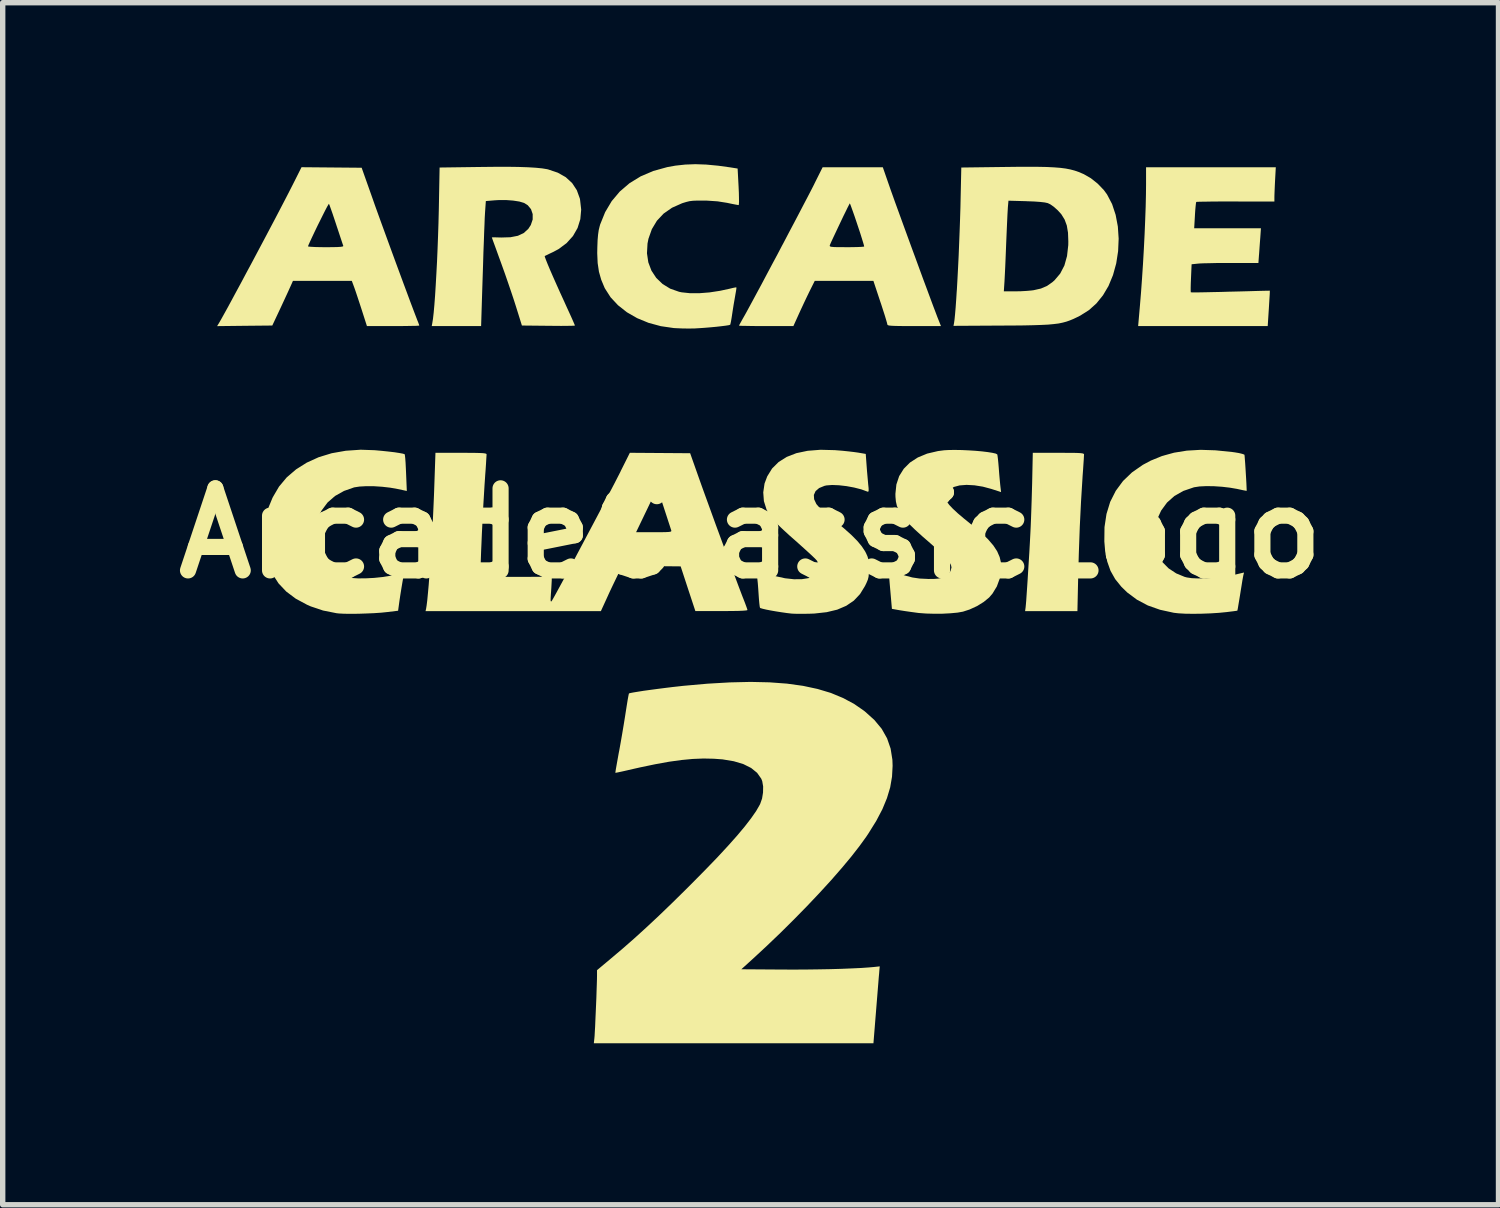
<source format=kicad_pcb>
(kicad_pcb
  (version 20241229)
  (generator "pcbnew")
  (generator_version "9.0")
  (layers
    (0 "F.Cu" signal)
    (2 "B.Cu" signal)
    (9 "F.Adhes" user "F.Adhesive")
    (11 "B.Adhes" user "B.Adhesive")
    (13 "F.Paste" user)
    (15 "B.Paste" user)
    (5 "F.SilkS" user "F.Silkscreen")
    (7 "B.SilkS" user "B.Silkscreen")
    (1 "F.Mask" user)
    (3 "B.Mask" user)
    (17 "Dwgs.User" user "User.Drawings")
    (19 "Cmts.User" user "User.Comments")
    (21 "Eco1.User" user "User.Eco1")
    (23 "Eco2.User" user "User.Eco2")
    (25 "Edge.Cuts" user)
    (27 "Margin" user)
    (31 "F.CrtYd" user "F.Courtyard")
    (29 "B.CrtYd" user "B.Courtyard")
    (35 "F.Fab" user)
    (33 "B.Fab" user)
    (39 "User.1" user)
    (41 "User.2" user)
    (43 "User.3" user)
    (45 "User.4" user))
  (footprint "ArcadeClassicLogo"
    (layer "F.Cu")
    (at 10.893 6.856)
    (property "Reference" "ArcadeClassicLogo" (at 0 0 0) (layer "F.SilkS") (effects (font (size 1.524 1.524) (thickness 0.3))))
    (attr board_only exclude_from_pos_files exclude_from_bom)
    (fp_poly (pts (xy 5.868 -1.494) (xy 5.982 -1.494) (xy 6.067 -1.492) (xy 6.126 -1.489) (xy 6.164 -1.484) (xy 6.184 -1.478) (xy 6.193 -1.469) (xy 6.194 -1.463) (xy 6.192 -1.435) (xy 6.189 -1.374) (xy 6.183 -1.287) (xy 6.176 -1.18) (xy 6.167 -1.059) (xy 6.165 -1.024) (xy 6.138 -0.589) (xy 6.115 -0.123) (xy 6.097 0.376) (xy 6.084 0.855) (xy 6.071 1.446) (xy 5.099 1.446) (xy 5.109 1.373) (xy 5.113 1.33) (xy 5.12 1.252) (xy 5.127 1.146) (xy 5.136 1.016) (xy 5.146 0.866) (xy 5.156 0.702) (xy 5.167 0.528) (xy 5.178 0.35) (xy 5.188 0.173) (xy 5.197 0.001) (xy 5.197 0) (xy 5.203 -0.121) (xy 5.209 -0.271) (xy 5.215 -0.439) (xy 5.221 -0.617) (xy 5.226 -0.794) (xy 5.23 -0.928) (xy 5.242 -1.495) (xy 5.718 -1.495)) (stroke (width 0) (type solid)) (fill yes) (layer "F.SilkS"))
    (fp_poly (pts (xy 9.743 -6.562) (xy 9.738 -6.461) (xy 9.734 -6.366) (xy 9.731 -6.288) (xy 9.73 -6.243) (xy 9.73 -6.162) (xy 9.009 -6.163) (xy 8.845 -6.163) (xy 8.693 -6.163) (xy 8.559 -6.162) (xy 8.446 -6.16) (xy 8.358 -6.159) (xy 8.301 -6.157) (xy 8.278 -6.155) (xy 8.278 -6.154) (xy 8.273 -6.132) (xy 8.267 -6.079) (xy 8.26 -6.002) (xy 8.254 -5.91) (xy 8.254 -5.905) (xy 8.24 -5.666) (xy 9.48 -5.666) (xy 9.468 -5.495) (xy 9.46 -5.391) (xy 9.452 -5.279) (xy 9.445 -5.18) (xy 9.444 -5.173) (xy 9.433 -5.021) (xy 8.93 -5.021) (xy 8.786 -5.021) (xy 8.649 -5.02) (xy 8.525 -5.017) (xy 8.421 -5.015) (xy 8.345 -5.012) (xy 8.31 -5.009) (xy 8.192 -4.997) (xy 8.181 -4.741) (xy 8.177 -4.645) (xy 8.175 -4.564) (xy 8.175 -4.506) (xy 8.177 -4.478) (xy 8.178 -4.476) (xy 8.199 -4.475) (xy 8.254 -4.475) (xy 8.34 -4.475) (xy 8.452 -4.477) (xy 8.586 -4.48) (xy 8.736 -4.483) (xy 8.9 -4.488) (xy 8.914 -4.488) (xy 9.079 -4.492) (xy 9.23 -4.496) (xy 9.365 -4.5) (xy 9.478 -4.503) (xy 9.565 -4.505) (xy 9.622 -4.506) (xy 9.645 -4.506) (xy 9.645 -4.506) (xy 9.645 -4.487) (xy 9.643 -4.435) (xy 9.638 -4.357) (xy 9.632 -4.259) (xy 9.627 -4.176) (xy 9.606 -3.849) (xy 7.199 -3.849) (xy 7.232 -4.225) (xy 7.252 -4.467) (xy 7.271 -4.729) (xy 7.289 -5.002) (xy 7.305 -5.28) (xy 7.319 -5.556) (xy 7.33 -5.821) (xy 7.339 -6.07) (xy 7.344 -6.294) (xy 7.346 -6.482) (xy 7.346 -6.799) (xy 9.756 -6.799)) (stroke (width 0) (type solid)) (fill yes) (layer "F.SilkS"))
    (fp_poly (pts (xy -6.983 -1.543) (xy -6.85 -1.531) (xy -6.726 -1.518) (xy -6.615 -1.505) (xy -6.525 -1.491) (xy -6.46 -1.479) (xy -6.427 -1.469) (xy -6.426 -1.468) (xy -6.421 -1.445) (xy -6.415 -1.39) (xy -6.409 -1.309) (xy -6.404 -1.209) (xy -6.4 -1.121) (xy -6.386 -0.786) (xy -6.559 -0.823) (xy -6.695 -0.847) (xy -6.843 -0.864) (xy -6.994 -0.874) (xy -7.138 -0.875) (xy -7.264 -0.868) (xy -7.362 -0.853) (xy -7.366 -0.852) (xy -7.554 -0.786) (xy -7.719 -0.693) (xy -7.857 -0.573) (xy -7.965 -0.429) (xy -8.001 -0.364) (xy -8.068 -0.189) (xy -8.101 -0.015) (xy -8.099 0.152) (xy -8.066 0.31) (xy -8.003 0.455) (xy -7.91 0.583) (xy -7.79 0.689) (xy -7.645 0.771) (xy -7.519 0.813) (xy -7.42 0.83) (xy -7.293 0.838) (xy -7.148 0.837) (xy -6.993 0.829) (xy -6.839 0.813) (xy -6.696 0.79) (xy -6.633 0.777) (xy -6.436 0.731) (xy -6.469 0.917) (xy -6.487 1.025) (xy -6.506 1.143) (xy -6.522 1.25) (xy -6.525 1.271) (xy -6.548 1.439) (xy -6.747 1.463) (xy -6.861 1.475) (xy -6.994 1.484) (xy -7.138 1.49) (xy -7.284 1.495) (xy -7.423 1.496) (xy -7.546 1.495) (xy -7.645 1.49) (xy -7.691 1.485) (xy -7.942 1.435) (xy -8.171 1.358) (xy -8.239 1.328) (xy -8.449 1.215) (xy -8.625 1.083) (xy -8.768 0.932) (xy -8.879 0.761) (xy -8.959 0.567) (xy -9.009 0.35) (xy -9.03 0.107) (xy -9.03 0.039) (xy -9.022 -0.155) (xy -8.996 -0.327) (xy -8.951 -0.489) (xy -8.882 -0.656) (xy -8.873 -0.674) (xy -8.76 -0.867) (xy -8.616 -1.039) (xy -8.443 -1.187) (xy -8.245 -1.312) (xy -8.023 -1.413) (xy -7.781 -1.487) (xy -7.52 -1.533) (xy -7.244 -1.552)) (stroke (width 0) (type solid)) (fill yes) (layer "F.SilkS"))
    (fp_poly (pts (xy -0.825 -6.849) (xy -0.603 -6.828) (xy -0.379 -6.797) (xy -0.241 -6.775) (xy -0.223 -6.436) (xy -0.218 -6.325) (xy -0.216 -6.23) (xy -0.215 -6.156) (xy -0.218 -6.109) (xy -0.222 -6.096) (xy -0.247 -6.1) (xy -0.301 -6.11) (xy -0.376 -6.125) (xy -0.437 -6.138) (xy -0.614 -6.166) (xy -0.806 -6.179) (xy -0.879 -6.18) (xy -0.988 -6.18) (xy -1.069 -6.177) (xy -1.135 -6.169) (xy -1.196 -6.154) (xy -1.265 -6.133) (xy -1.278 -6.128) (xy -1.46 -6.047) (xy -1.615 -5.939) (xy -1.74 -5.806) (xy -1.834 -5.65) (xy -1.897 -5.472) (xy -1.915 -5.382) (xy -1.925 -5.201) (xy -1.9 -5.033) (xy -1.842 -4.879) (xy -1.753 -4.744) (xy -1.636 -4.631) (xy -1.494 -4.544) (xy -1.329 -4.486) (xy -1.281 -4.476) (xy -1.131 -4.46) (xy -0.956 -4.459) (xy -0.765 -4.474) (xy -0.568 -4.504) (xy -0.388 -4.543) (xy -0.326 -4.558) (xy -0.28 -4.567) (xy -0.264 -4.568) (xy -0.264 -4.548) (xy -0.271 -4.499) (xy -0.283 -4.432) (xy -0.284 -4.425) (xy -0.298 -4.344) (xy -0.316 -4.241) (xy -0.333 -4.133) (xy -0.34 -4.086) (xy -0.353 -4.001) (xy -0.365 -3.932) (xy -0.375 -3.887) (xy -0.379 -3.874) (xy -0.403 -3.866) (xy -0.459 -3.857) (xy -0.539 -3.847) (xy -0.636 -3.836) (xy -0.742 -3.826) (xy -0.85 -3.817) (xy -0.952 -3.81) (xy -1.036 -3.805) (xy -1.149 -3.803) (xy -1.274 -3.805) (xy -1.39 -3.81) (xy -1.426 -3.812) (xy -1.667 -3.847) (xy -1.896 -3.909) (xy -2.107 -3.996) (xy -2.297 -4.105) (xy -2.463 -4.236) (xy -2.601 -4.384) (xy -2.706 -4.548) (xy -2.714 -4.564) (xy -2.775 -4.71) (xy -2.817 -4.858) (xy -2.841 -5.02) (xy -2.849 -5.203) (xy -2.847 -5.314) (xy -2.842 -5.447) (xy -2.833 -5.549) (xy -2.821 -5.633) (xy -2.803 -5.706) (xy -2.795 -5.735) (xy -2.702 -5.965) (xy -2.58 -6.17) (xy -2.429 -6.349) (xy -2.249 -6.503) (xy -2.042 -6.63) (xy -1.808 -6.73) (xy -1.547 -6.802) (xy -1.397 -6.829) (xy -1.214 -6.849) (xy -1.025 -6.856)) (stroke (width 0) (type solid)) (fill yes) (layer "F.SilkS"))
    (fp_poly (pts (xy 8.637 -1.541) (xy 8.943 -1.51) (xy 8.994 -1.503) (xy 9.072 -1.49) (xy 9.133 -1.475) (xy 9.169 -1.462) (xy 9.174 -1.457) (xy 9.177 -1.433) (xy 9.181 -1.379) (xy 9.187 -1.302) (xy 9.193 -1.21) (xy 9.199 -1.112) (xy 9.205 -1.014) (xy 9.21 -0.925) (xy 9.213 -0.853) (xy 9.215 -0.804) (xy 9.215 -0.788) (xy 9.196 -0.791) (xy 9.148 -0.8) (xy 9.078 -0.815) (xy 9.037 -0.824) (xy 8.904 -0.847) (xy 8.758 -0.864) (xy 8.609 -0.874) (xy 8.466 -0.876) (xy 8.34 -0.87) (xy 8.241 -0.855) (xy 8.23 -0.852) (xy 8.037 -0.786) (xy 7.872 -0.692) (xy 7.735 -0.57) (xy 7.626 -0.421) (xy 7.546 -0.246) (xy 7.541 -0.232) (xy 7.515 -0.122) (xy 7.504 0.006) (xy 7.505 0.138) (xy 7.52 0.263) (xy 7.548 0.368) (xy 7.56 0.396) (xy 7.648 0.534) (xy 7.765 0.652) (xy 7.906 0.745) (xy 8.063 0.81) (xy 8.106 0.821) (xy 8.195 0.834) (xy 8.313 0.839) (xy 8.449 0.837) (xy 8.596 0.828) (xy 8.742 0.814) (xy 8.878 0.794) (xy 8.965 0.776) (xy 9.166 0.729) (xy 9.154 0.777) (xy 9.147 0.812) (xy 9.135 0.878) (xy 9.121 0.967) (xy 9.104 1.071) (xy 9.095 1.128) (xy 9.078 1.232) (xy 9.063 1.321) (xy 9.052 1.389) (xy 9.044 1.429) (xy 9.042 1.437) (xy 9.021 1.441) (xy 8.971 1.448) (xy 8.898 1.457) (xy 8.841 1.464) (xy 8.699 1.478) (xy 8.542 1.488) (xy 8.38 1.494) (xy 8.221 1.496) (xy 8.074 1.494) (xy 7.95 1.487) (xy 7.862 1.477) (xy 7.606 1.421) (xy 7.379 1.341) (xy 7.177 1.234) (xy 6.997 1.1) (xy 6.887 0.993) (xy 6.773 0.852) (xy 6.686 0.698) (xy 6.625 0.526) (xy 6.586 0.331) (xy 6.571 0.151) (xy 6.574 -0.114) (xy 6.611 -0.359) (xy 6.68 -0.584) (xy 6.783 -0.788) (xy 6.918 -0.971) (xy 7.085 -1.131) (xy 7.284 -1.27) (xy 7.434 -1.35) (xy 7.645 -1.436) (xy 7.867 -1.497) (xy 8.103 -1.535) (xy 8.359 -1.55)) (stroke (width 0) (type solid)) (fill yes) (layer "F.SilkS"))
    (fp_poly (pts (xy -7.784 -6.795) (xy -7.225 -6.79) (xy -7.024 -6.223) (xy -6.981 -6.1) (xy -6.928 -5.953) (xy -6.868 -5.787) (xy -6.802 -5.606) (xy -6.732 -5.414) (xy -6.66 -5.217) (xy -6.587 -5.018) (xy -6.515 -4.823) (xy -6.446 -4.636) (xy -6.381 -4.462) (xy -6.323 -4.305) (xy -6.272 -4.17) (xy -6.231 -4.062) (xy -6.201 -3.984) (xy -6.196 -3.97) (xy -6.173 -3.913) (xy -6.158 -3.872) (xy -6.155 -3.858) (xy -6.173 -3.856) (xy -6.226 -3.853) (xy -6.307 -3.852) (xy -6.411 -3.85) (xy -6.534 -3.849) (xy -6.641 -3.849) (xy -7.127 -3.849) (xy -7.229 -4.167) (xy -7.266 -4.28) (xy -7.302 -4.389) (xy -7.334 -4.485) (xy -7.359 -4.557) (xy -7.37 -4.587) (xy -7.408 -4.689) (xy -8.501 -4.689) (xy -8.538 -4.606) (xy -8.558 -4.562) (xy -8.591 -4.489) (xy -8.634 -4.396) (xy -8.683 -4.29) (xy -8.729 -4.191) (xy -8.885 -3.859) (xy -9.397 -3.854) (xy -9.91 -3.848) (xy -9.871 -3.912) (xy -9.837 -3.971) (xy -9.787 -4.061) (xy -9.722 -4.178) (xy -9.646 -4.318) (xy -9.56 -4.478) (xy -9.465 -4.653) (xy -9.365 -4.841) (xy -9.26 -5.036) (xy -9.154 -5.236) (xy -9.104 -5.33) (xy -8.222 -5.33) (xy -8.206 -5.325) (xy -8.157 -5.321) (xy -8.081 -5.317) (xy -7.984 -5.315) (xy -7.893 -5.314) (xy -7.766 -5.315) (xy -7.674 -5.317) (xy -7.613 -5.321) (xy -7.578 -5.327) (xy -7.566 -5.335) (xy -7.566 -5.339) (xy -7.575 -5.364) (xy -7.594 -5.421) (xy -7.621 -5.502) (xy -7.654 -5.602) (xy -7.692 -5.716) (xy -7.698 -5.735) (xy -7.736 -5.849) (xy -7.77 -5.95) (xy -7.799 -6.032) (xy -7.82 -6.091) (xy -7.832 -6.119) (xy -7.833 -6.12) (xy -7.843 -6.106) (xy -7.868 -6.063) (xy -7.903 -5.996) (xy -7.946 -5.911) (xy -7.994 -5.814) (xy -8.045 -5.712) (xy -8.095 -5.608) (xy -8.141 -5.511) (xy -8.181 -5.425) (xy -8.212 -5.356) (xy -8.222 -5.33) (xy -9.104 -5.33) (xy -9.047 -5.437) (xy -8.943 -5.634) (xy -8.842 -5.825) (xy -8.748 -6.005) (xy -8.662 -6.17) (xy -8.586 -6.317) (xy -8.522 -6.442) (xy -8.482 -6.521) (xy -8.342 -6.8)) (stroke (width 0) (type solid)) (fill yes) (layer "F.SilkS"))
    (fp_poly (pts (xy 5.344 -6.807) (xy 5.503 -6.804) (xy 5.639 -6.797) (xy 5.754 -6.788) (xy 5.854 -6.775) (xy 5.941 -6.758) (xy 6.02 -6.737) (xy 6.095 -6.711) (xy 6.168 -6.68) (xy 6.189 -6.671) (xy 6.321 -6.595) (xy 6.449 -6.493) (xy 6.562 -6.375) (xy 6.622 -6.293) (xy 6.715 -6.115) (xy 6.781 -5.915) (xy 6.822 -5.698) (xy 6.837 -5.472) (xy 6.827 -5.241) (xy 6.792 -5.014) (xy 6.732 -4.796) (xy 6.648 -4.593) (xy 6.546 -4.421) (xy 6.424 -4.27) (xy 6.286 -4.146) (xy 6.123 -4.043) (xy 6.067 -4.015) (xy 5.998 -3.982) (xy 5.933 -3.955) (xy 5.868 -3.932) (xy 5.798 -3.913) (xy 5.721 -3.897) (xy 5.631 -3.886) (xy 5.526 -3.876) (xy 5.4 -3.87) (xy 5.251 -3.865) (xy 5.075 -3.861) (xy 4.866 -3.859) (xy 4.644 -3.858) (xy 3.769 -3.853) (xy 3.779 -3.905) (xy 3.788 -3.968) (xy 3.798 -4.067) (xy 3.809 -4.196) (xy 3.82 -4.352) (xy 3.829 -4.494) (xy 4.704 -4.494) (xy 4.916 -4.494) (xy 5.021 -4.496) (xy 5.126 -4.502) (xy 5.217 -4.51) (xy 5.256 -4.515) (xy 5.393 -4.546) (xy 5.507 -4.595) (xy 5.61 -4.668) (xy 5.646 -4.7) (xy 5.751 -4.824) (xy 5.829 -4.974) (xy 5.878 -5.15) (xy 5.901 -5.353) (xy 5.902 -5.422) (xy 5.896 -5.584) (xy 5.874 -5.717) (xy 5.833 -5.828) (xy 5.772 -5.926) (xy 5.708 -5.997) (xy 5.637 -6.061) (xy 5.568 -6.11) (xy 5.52 -6.133) (xy 5.466 -6.145) (xy 5.38 -6.155) (xy 5.267 -6.163) (xy 5.133 -6.168) (xy 5.116 -6.169) (xy 4.79 -6.178) (xy 4.779 -6.054) (xy 4.776 -6.001) (xy 4.771 -5.916) (xy 4.766 -5.805) (xy 4.76 -5.674) (xy 4.754 -5.532) (xy 4.748 -5.393) (xy 4.742 -5.24) (xy 4.736 -5.091) (xy 4.73 -4.951) (xy 4.724 -4.829) (xy 4.719 -4.732) (xy 4.716 -4.675) (xy 4.704 -4.494) (xy 3.829 -4.494) (xy 3.832 -4.53) (xy 3.843 -4.727) (xy 3.854 -4.937) (xy 3.865 -5.158) (xy 3.874 -5.385) (xy 3.883 -5.613) (xy 3.891 -5.839) (xy 3.898 -6.059) (xy 3.901 -6.205) (xy 3.914 -6.794) (xy 4.686 -6.804) (xy 4.939 -6.807) (xy 5.157 -6.808)) (stroke (width 0) (type solid)) (fill yes) (layer "F.SilkS"))
    (fp_poly (pts (xy -4.314 -6.805) (xy -4.136 -6.799) (xy -3.989 -6.79) (xy -3.87 -6.778) (xy -3.779 -6.763) (xy -3.759 -6.758) (xy -3.581 -6.698) (xy -3.433 -6.614) (xy -3.315 -6.505) (xy -3.228 -6.373) (xy -3.172 -6.218) (xy -3.168 -6.198) (xy -3.147 -6.012) (xy -3.163 -5.835) (xy -3.214 -5.671) (xy -3.3 -5.521) (xy -3.418 -5.39) (xy -3.567 -5.279) (xy -3.664 -5.227) (xy -3.734 -5.194) (xy -3.789 -5.167) (xy -3.82 -5.152) (xy -3.825 -5.149) (xy -3.82 -5.129) (xy -3.801 -5.077) (xy -3.769 -4.997) (xy -3.725 -4.892) (xy -3.67 -4.766) (xy -3.607 -4.624) (xy -3.537 -4.468) (xy -3.471 -4.324) (xy -3.415 -4.2) (xy -3.364 -4.089) (xy -3.321 -3.994) (xy -3.289 -3.921) (xy -3.269 -3.874) (xy -3.263 -3.859) (xy -3.282 -3.856) (xy -3.334 -3.854) (xy -3.415 -3.853) (xy -3.52 -3.852) (xy -3.643 -3.853) (xy -3.755 -3.854) (xy -4.248 -3.859) (xy -4.358 -4.211) (xy -4.398 -4.336) (xy -4.448 -4.486) (xy -4.504 -4.65) (xy -4.562 -4.818) (xy -4.619 -4.977) (xy -4.637 -5.027) (xy -4.683 -5.153) (xy -4.724 -5.267) (xy -4.759 -5.363) (xy -4.786 -5.436) (xy -4.802 -5.482) (xy -4.807 -5.496) (xy -4.788 -5.497) (xy -4.74 -5.497) (xy -4.67 -5.495) (xy -4.631 -5.494) (xy -4.462 -5.499) (xy -4.323 -5.526) (xy -4.213 -5.578) (xy -4.129 -5.655) (xy -4.083 -5.726) (xy -4.048 -5.829) (xy -4.048 -5.929) (xy -4.079 -6.02) (xy -4.139 -6.093) (xy -4.206 -6.135) (xy -4.294 -6.162) (xy -4.41 -6.18) (xy -4.544 -6.19) (xy -4.685 -6.189) (xy -4.755 -6.185) (xy -4.918 -6.171) (xy -4.93 -6.002) (xy -4.934 -5.941) (xy -4.939 -5.854) (xy -4.943 -5.74) (xy -4.949 -5.598) (xy -4.955 -5.424) (xy -4.963 -5.219) (xy -4.97 -4.98) (xy -4.979 -4.706) (xy -4.989 -4.395) (xy -4.994 -4.235) (xy -5.006 -3.849) (xy -5.923 -3.849) (xy -5.913 -3.903) (xy -5.9 -3.983) (xy -5.887 -4.098) (xy -5.874 -4.243) (xy -5.861 -4.415) (xy -5.849 -4.608) (xy -5.837 -4.82) (xy -5.825 -5.045) (xy -5.815 -5.28) (xy -5.806 -5.52) (xy -5.798 -5.76) (xy -5.792 -5.997) (xy -5.79 -6.098) (xy -5.777 -6.794) (xy -5.052 -6.804) (xy -4.77 -6.807) (xy -4.524 -6.808)) (stroke (width 0) (type solid)) (fill yes) (layer "F.SilkS"))
    (fp_poly (pts (xy 2.604 -6.373) (xy 2.636 -6.284) (xy 2.678 -6.166) (xy 2.73 -6.023) (xy 2.789 -5.861) (xy 2.854 -5.682) (xy 2.923 -5.493) (xy 2.995 -5.296) (xy 3.068 -5.098) (xy 3.14 -4.901) (xy 3.21 -4.71) (xy 3.277 -4.531) (xy 3.338 -4.366) (xy 3.392 -4.221) (xy 3.438 -4.1) (xy 3.473 -4.007) (xy 3.495 -3.952) (xy 3.536 -3.849) (xy 3.038 -3.849) (xy 2.885 -3.849) (xy 2.766 -3.85) (xy 2.678 -3.852) (xy 2.615 -3.855) (xy 2.575 -3.859) (xy 2.552 -3.865) (xy 2.542 -3.873) (xy 2.54 -3.88) (xy 2.534 -3.907) (xy 2.517 -3.966) (xy 2.492 -4.049) (xy 2.459 -4.151) (xy 2.422 -4.266) (xy 2.41 -4.3) (xy 2.281 -4.689) (xy 1.192 -4.689) (xy 1.097 -4.499) (xy 1.049 -4.4) (xy 0.993 -4.282) (xy 0.937 -4.162) (xy 0.899 -4.079) (xy 0.795 -3.849) (xy 0.29 -3.849) (xy 0.154 -3.849) (xy 0.032 -3.85) (xy -0.071 -3.852) (xy -0.15 -3.853) (xy -0.199 -3.855) (xy -0.215 -3.857) (xy -0.206 -3.877) (xy -0.181 -3.922) (xy -0.145 -3.987) (xy -0.11 -4.048) (xy -0.075 -4.111) (xy -0.024 -4.205) (xy 0.041 -4.325) (xy 0.118 -4.468) (xy 0.205 -4.629) (xy 0.298 -4.805) (xy 0.397 -4.991) (xy 0.5 -5.183) (xy 0.58 -5.336) (xy 1.47 -5.336) (xy 1.479 -5.327) (xy 1.503 -5.321) (xy 1.548 -5.317) (xy 1.618 -5.315) (xy 1.72 -5.315) (xy 1.785 -5.314) (xy 1.893 -5.315) (xy 1.986 -5.317) (xy 2.057 -5.32) (xy 2.1 -5.324) (xy 2.11 -5.327) (xy 2.104 -5.354) (xy 2.088 -5.409) (xy 2.064 -5.486) (xy 2.035 -5.579) (xy 2.001 -5.681) (xy 1.966 -5.786) (xy 1.932 -5.887) (xy 1.9 -5.978) (xy 1.873 -6.053) (xy 1.854 -6.105) (xy 1.843 -6.127) (xy 1.842 -6.128) (xy 1.831 -6.107) (xy 1.805 -6.057) (xy 1.77 -5.985) (xy 1.726 -5.896) (xy 1.679 -5.797) (xy 1.63 -5.694) (xy 1.583 -5.594) (xy 1.54 -5.503) (xy 1.505 -5.428) (xy 1.481 -5.374) (xy 1.471 -5.349) (xy 1.47 -5.336) (xy 0.58 -5.336) (xy 0.603 -5.378) (xy 0.704 -5.571) (xy 0.803 -5.758) (xy 0.896 -5.935) (xy 0.981 -6.098) (xy 1.057 -6.243) (xy 1.121 -6.366) (xy 1.171 -6.464) (xy 1.194 -6.511) (xy 1.338 -6.799) (xy 2.456 -6.799)) (stroke (width 0) (type solid)) (fill yes) (layer "F.SilkS"))
    (fp_poly (pts (xy 3.922 -1.546) (xy 4.051 -1.54) (xy 4.178 -1.532) (xy 4.299 -1.521) (xy 4.406 -1.508) (xy 4.493 -1.494) (xy 4.554 -1.48) (xy 4.582 -1.465) (xy 4.582 -1.465) (xy 4.587 -1.44) (xy 4.594 -1.385) (xy 4.602 -1.306) (xy 4.61 -1.212) (xy 4.611 -1.198) (xy 4.619 -1.094) (xy 4.628 -0.994) (xy 4.636 -0.911) (xy 4.642 -0.856) (xy 4.653 -0.765) (xy 4.471 -0.824) (xy 4.314 -0.866) (xy 4.159 -0.891) (xy 4.012 -0.899) (xy 3.882 -0.889) (xy 3.778 -0.861) (xy 3.777 -0.86) (xy 3.687 -0.809) (xy 3.632 -0.749) (xy 3.615 -0.684) (xy 3.622 -0.638) (xy 3.646 -0.586) (xy 3.69 -0.527) (xy 3.756 -0.457) (xy 3.846 -0.373) (xy 3.963 -0.274) (xy 4.11 -0.155) (xy 4.119 -0.147) (xy 4.281 -0.013) (xy 4.409 0.11) (xy 4.508 0.225) (xy 4.58 0.334) (xy 4.627 0.443) (xy 4.65 0.539) (xy 4.656 0.686) (xy 4.629 0.839) (xy 4.574 0.988) (xy 4.493 1.121) (xy 4.431 1.193) (xy 4.33 1.276) (xy 4.205 1.353) (xy 4.068 1.416) (xy 3.945 1.456) (xy 3.844 1.474) (xy 3.715 1.486) (xy 3.568 1.494) (xy 3.414 1.495) (xy 3.263 1.491) (xy 3.126 1.481) (xy 3.087 1.476) (xy 2.984 1.462) (xy 2.879 1.447) (xy 2.789 1.433) (xy 2.754 1.427) (xy 2.625 1.404) (xy 2.594 1.049) (xy 2.584 0.936) (xy 2.576 0.837) (xy 2.571 0.758) (xy 2.569 0.706) (xy 2.569 0.687) (xy 2.59 0.69) (xy 2.637 0.704) (xy 2.701 0.727) (xy 2.71 0.73) (xy 2.867 0.785) (xy 3.005 0.821) (xy 3.14 0.841) (xy 3.286 0.848) (xy 3.302 0.849) (xy 3.407 0.848) (xy 3.483 0.842) (xy 3.542 0.831) (xy 3.592 0.812) (xy 3.592 0.812) (xy 3.665 0.764) (xy 3.714 0.702) (xy 3.732 0.634) (xy 3.722 0.589) (xy 3.692 0.534) (xy 3.64 0.468) (xy 3.562 0.387) (xy 3.456 0.289) (xy 3.348 0.194) (xy 3.185 0.052) (xy 3.051 -0.07) (xy 2.943 -0.175) (xy 2.858 -0.269) (xy 2.794 -0.353) (xy 2.748 -0.433) (xy 2.717 -0.511) (xy 2.699 -0.591) (xy 2.691 -0.678) (xy 2.69 -0.733) (xy 2.708 -0.906) (xy 2.76 -1.062) (xy 2.845 -1.198) (xy 2.961 -1.314) (xy 3.106 -1.408) (xy 3.28 -1.48) (xy 3.481 -1.527) (xy 3.596 -1.542) (xy 3.689 -1.547) (xy 3.799 -1.548)) (stroke (width 0) (type solid)) (fill yes) (layer "F.SilkS"))
    (fp_poly (pts (xy 1.567 -1.544) (xy 1.591 -1.542) (xy 1.704 -1.533) (xy 1.819 -1.521) (xy 1.921 -1.509) (xy 1.993 -1.499) (xy 2.139 -1.474) (xy 2.154 -1.269) (xy 2.162 -1.162) (xy 2.172 -1.049) (xy 2.181 -0.948) (xy 2.184 -0.913) (xy 2.192 -0.837) (xy 2.193 -0.793) (xy 2.187 -0.773) (xy 2.175 -0.772) (xy 2.17 -0.774) (xy 2.055 -0.816) (xy 1.922 -0.85) (xy 1.78 -0.876) (xy 1.641 -0.892) (xy 1.514 -0.897) (xy 1.409 -0.889) (xy 1.373 -0.881) (xy 1.273 -0.84) (xy 1.207 -0.783) (xy 1.175 -0.712) (xy 1.18 -0.632) (xy 1.221 -0.544) (xy 1.229 -0.534) (xy 1.262 -0.496) (xy 1.321 -0.44) (xy 1.398 -0.371) (xy 1.486 -0.296) (xy 1.566 -0.231) (xy 1.735 -0.091) (xy 1.873 0.032) (xy 1.982 0.142) (xy 2.065 0.242) (xy 2.126 0.334) (xy 2.142 0.365) (xy 2.17 0.426) (xy 2.187 0.481) (xy 2.195 0.543) (xy 2.198 0.626) (xy 2.198 0.656) (xy 2.197 0.744) (xy 2.191 0.809) (xy 2.177 0.864) (xy 2.151 0.926) (xy 2.124 0.981) (xy 2.033 1.129) (xy 1.918 1.251) (xy 1.777 1.347) (xy 1.609 1.419) (xy 1.412 1.466) (xy 1.185 1.491) (xy 1.104 1.494) (xy 0.999 1.496) (xy 0.9 1.496) (xy 0.818 1.495) (xy 0.763 1.492) (xy 0.762 1.492) (xy 0.676 1.482) (xy 0.578 1.468) (xy 0.476 1.452) (xy 0.378 1.435) (xy 0.291 1.418) (xy 0.223 1.402) (xy 0.183 1.39) (xy 0.175 1.385) (xy 0.169 1.359) (xy 0.162 1.301) (xy 0.155 1.223) (xy 0.149 1.137) (xy 0.142 1.033) (xy 0.134 0.93) (xy 0.125 0.843) (xy 0.12 0.796) (xy 0.113 0.736) (xy 0.113 0.695) (xy 0.117 0.684) (xy 0.14 0.69) (xy 0.19 0.707) (xy 0.258 0.731) (xy 0.286 0.741) (xy 0.467 0.798) (xy 0.641 0.836) (xy 0.805 0.854) (xy 0.952 0.853) (xy 1.078 0.833) (xy 1.177 0.793) (xy 1.212 0.768) (xy 1.257 0.707) (xy 1.272 0.631) (xy 1.255 0.551) (xy 1.23 0.506) (xy 1.204 0.478) (xy 1.153 0.428) (xy 1.082 0.362) (xy 0.995 0.283) (xy 0.897 0.195) (xy 0.823 0.129) (xy 0.716 0.035) (xy 0.616 -0.057) (xy 0.527 -0.141) (xy 0.454 -0.213) (xy 0.402 -0.267) (xy 0.383 -0.291) (xy 0.297 -0.439) (xy 0.247 -0.597) (xy 0.235 -0.76) (xy 0.259 -0.924) (xy 0.309 -1.057) (xy 0.399 -1.203) (xy 0.52 -1.323) (xy 0.67 -1.418) (xy 0.85 -1.488) (xy 1.059 -1.532) (xy 1.298 -1.551)) (stroke (width 0) (type solid)) (fill yes) (layer "F.SilkS"))
    (fp_poly (pts (xy 0.352 2.769) (xy 0.676 2.793) (xy 0.973 2.834) (xy 1.244 2.892) (xy 1.491 2.966) (xy 1.715 3.059) (xy 1.92 3.168) (xy 2.105 3.296) (xy 2.124 3.311) (xy 2.298 3.467) (xy 2.435 3.632) (xy 2.535 3.809) (xy 2.601 4) (xy 2.634 4.207) (xy 2.638 4.32) (xy 2.627 4.522) (xy 2.593 4.72) (xy 2.533 4.92) (xy 2.448 5.126) (xy 2.334 5.343) (xy 2.189 5.576) (xy 2.147 5.639) (xy 2.021 5.813) (xy 1.869 6.008) (xy 1.692 6.22) (xy 1.494 6.447) (xy 1.278 6.683) (xy 1.047 6.927) (xy 0.805 7.174) (xy 0.555 7.422) (xy 0.3 7.666) (xy 0.054 7.894) (xy -0.172 8.099) (xy 0.554 8.104) (xy 0.782 8.105) (xy 1.015 8.104) (xy 1.246 8.101) (xy 1.472 8.097) (xy 1.685 8.091) (xy 1.881 8.083) (xy 2.053 8.075) (xy 2.196 8.065) (xy 2.289 8.057) (xy 2.399 8.045) (xy 2.391 8.13) (xy 2.388 8.172) (xy 2.381 8.246) (xy 2.373 8.348) (xy 2.363 8.47) (xy 2.352 8.607) (xy 2.34 8.754) (xy 2.328 8.904) (xy 2.316 9.05) (xy 2.305 9.188) (xy 2.295 9.311) (xy 2.294 9.323) (xy 2.282 9.473) (xy -2.912 9.473) (xy -2.902 9.382) (xy -2.898 9.338) (xy -2.894 9.263) (xy -2.888 9.161) (xy -2.883 9.04) (xy -2.877 8.907) (xy -2.871 8.768) (xy -2.865 8.63) (xy -2.861 8.499) (xy -2.857 8.383) (xy -2.854 8.287) (xy -2.853 8.219) (xy -2.853 8.208) (xy -2.853 8.116) (xy -2.594 7.899) (xy -2.374 7.713) (xy -2.155 7.521) (xy -1.933 7.319) (xy -1.703 7.104) (xy -1.459 6.869) (xy -1.196 6.61) (xy -1.103 6.517) (xy -0.846 6.257) (xy -0.618 6.021) (xy -0.42 5.807) (xy -0.249 5.615) (xy -0.106 5.444) (xy 0.011 5.292) (xy 0.103 5.16) (xy 0.169 5.045) (xy 0.178 5.027) (xy 0.213 4.928) (xy 0.231 4.816) (xy 0.233 4.703) (xy 0.216 4.604) (xy 0.198 4.559) (xy 0.121 4.45) (xy 0.01 4.36) (xy -0.134 4.288) (xy -0.311 4.235) (xy -0.521 4.2) (xy -0.684 4.188) (xy -0.875 4.184) (xy -1.074 4.192) (xy -1.286 4.212) (xy -1.516 4.244) (xy -1.77 4.29) (xy -2.053 4.349) (xy -2.177 4.377) (xy -2.285 4.402) (xy -2.378 4.423) (xy -2.452 4.439) (xy -2.498 4.448) (xy -2.512 4.45) (xy -2.51 4.43) (xy -2.502 4.377) (xy -2.488 4.298) (xy -2.47 4.197) (xy -2.449 4.08) (xy -2.44 4.035) (xy -2.413 3.885) (xy -2.385 3.723) (xy -2.358 3.562) (xy -2.334 3.414) (xy -2.317 3.305) (xy -2.3 3.197) (xy -2.285 3.104) (xy -2.272 3.032) (xy -2.263 2.987) (xy -2.259 2.975) (xy -2.235 2.968) (xy -2.178 2.957) (xy -2.093 2.943) (xy -1.986 2.926) (xy -1.862 2.909) (xy -1.727 2.891) (xy -1.587 2.873) (xy -1.447 2.856) (xy -1.312 2.841) (xy -1.25 2.834) (xy -0.8 2.794) (xy -0.384 2.77) (xy -0.000471 2.761)) (stroke (width 0) (type solid)) (fill yes) (layer "F.SilkS"))
    (fp_poly (pts (xy -5.229 -1.494) (xy -5.113 -1.493) (xy -5.028 -1.491) (xy -4.969 -1.488) (xy -4.932 -1.483) (xy -4.912 -1.477) (xy -4.905 -1.468) (xy -4.904 -1.465) (xy -4.906 -1.438) (xy -4.91 -1.377) (xy -4.915 -1.291) (xy -4.922 -1.185) (xy -4.931 -1.065) (xy -4.932 -1.045) (xy -4.943 -0.887) (xy -4.953 -0.717) (xy -4.964 -0.537) (xy -4.974 -0.354) (xy -4.983 -0.17) (xy -4.992 0.009) (xy -4.999 0.18) (xy -5.006 0.338) (xy -5.011 0.48) (xy -5.015 0.6) (xy -5.017 0.695) (xy -5.017 0.761) (xy -5.015 0.793) (xy -5.014 0.795) (xy -4.991 0.799) (xy -4.934 0.802) (xy -4.848 0.805) (xy -4.736 0.807) (xy -4.604 0.809) (xy -4.456 0.81) (xy -4.346 0.81) (xy -3.693 0.808) (xy -3.694 0.878) (xy -3.697 0.93) (xy -3.701 1.007) (xy -3.707 1.094) (xy -3.709 1.118) (xy -3.714 1.2) (xy -3.715 1.249) (xy -3.709 1.268) (xy -3.699 1.264) (xy -3.685 1.243) (xy -3.655 1.19) (xy -3.61 1.109) (xy -3.553 1.004) (xy -3.484 0.877) (xy -3.407 0.733) (xy -3.322 0.575) (xy -3.232 0.406) (xy -3.138 0.229) (xy -3.042 0.048) (xy -3.006 -0.02) (xy -2.127 -0.02) (xy -1.795 -0.02) (xy -1.674 -0.02) (xy -1.586 -0.021) (xy -1.528 -0.024) (xy -1.493 -0.028) (xy -1.476 -0.035) (xy -1.472 -0.046) (xy -1.474 -0.054) (xy -1.483 -0.082) (xy -1.502 -0.141) (xy -1.53 -0.226) (xy -1.563 -0.328) (xy -1.601 -0.444) (xy -1.609 -0.469) (xy -1.734 -0.85) (xy -1.767 -0.774) (xy -1.786 -0.732) (xy -1.819 -0.662) (xy -1.862 -0.572) (xy -1.912 -0.467) (xy -1.964 -0.359) (xy -2.127 -0.02) (xy -3.006 -0.02) (xy -2.946 -0.133) (xy -2.851 -0.312) (xy -2.76 -0.485) (xy -2.674 -0.649) (xy -2.595 -0.8) (xy -2.525 -0.934) (xy -2.466 -1.049) (xy -2.419 -1.141) (xy -2.409 -1.163) (xy -2.243 -1.495) (xy -1.683 -1.491) (xy -1.123 -1.487) (xy -0.955 -1.012) (xy -0.907 -0.877) (xy -0.85 -0.719) (xy -0.786 -0.543) (xy -0.717 -0.353) (xy -0.645 -0.154) (xy -0.57 0.049) (xy -0.496 0.251) (xy -0.423 0.448) (xy -0.354 0.634) (xy -0.29 0.805) (xy -0.234 0.956) (xy -0.186 1.083) (xy -0.149 1.18) (xy -0.134 1.217) (xy -0.103 1.297) (xy -0.078 1.365) (xy -0.062 1.411) (xy -0.059 1.427) (xy -0.078 1.433) (xy -0.134 1.438) (xy -0.224 1.442) (xy -0.346 1.444) (xy -0.497 1.445) (xy -0.542 1.445) (xy -1.026 1.445) (xy -1.163 1.03) (xy -1.299 0.615) (xy -1.841 0.61) (xy -2.383 0.605) (xy -2.468 0.776) (xy -2.51 0.863) (xy -2.562 0.971) (xy -2.617 1.087) (xy -2.667 1.197) (xy -2.781 1.446) (xy -6.038 1.446) (xy -6.028 1.402) (xy -6.018 1.34) (xy -6.006 1.244) (xy -5.994 1.117) (xy -5.98 0.964) (xy -5.967 0.789) (xy -5.953 0.596) (xy -5.939 0.389) (xy -5.925 0.174) (xy -5.913 -0.047) (xy -5.901 -0.268) (xy -5.891 -0.486) (xy -5.882 -0.695) (xy -5.878 -0.801) (xy -5.854 -1.495) (xy -5.379 -1.495)) (stroke (width 0) (type solid)) (fill yes) (layer "F.SilkS")))
  (gr_rect
    (start -3 -3)
    (end 24.786 19.329)
    (stroke (width 0.1) (type default))
    (fill no)
    (layer "Edge.Cuts")))
</source>
